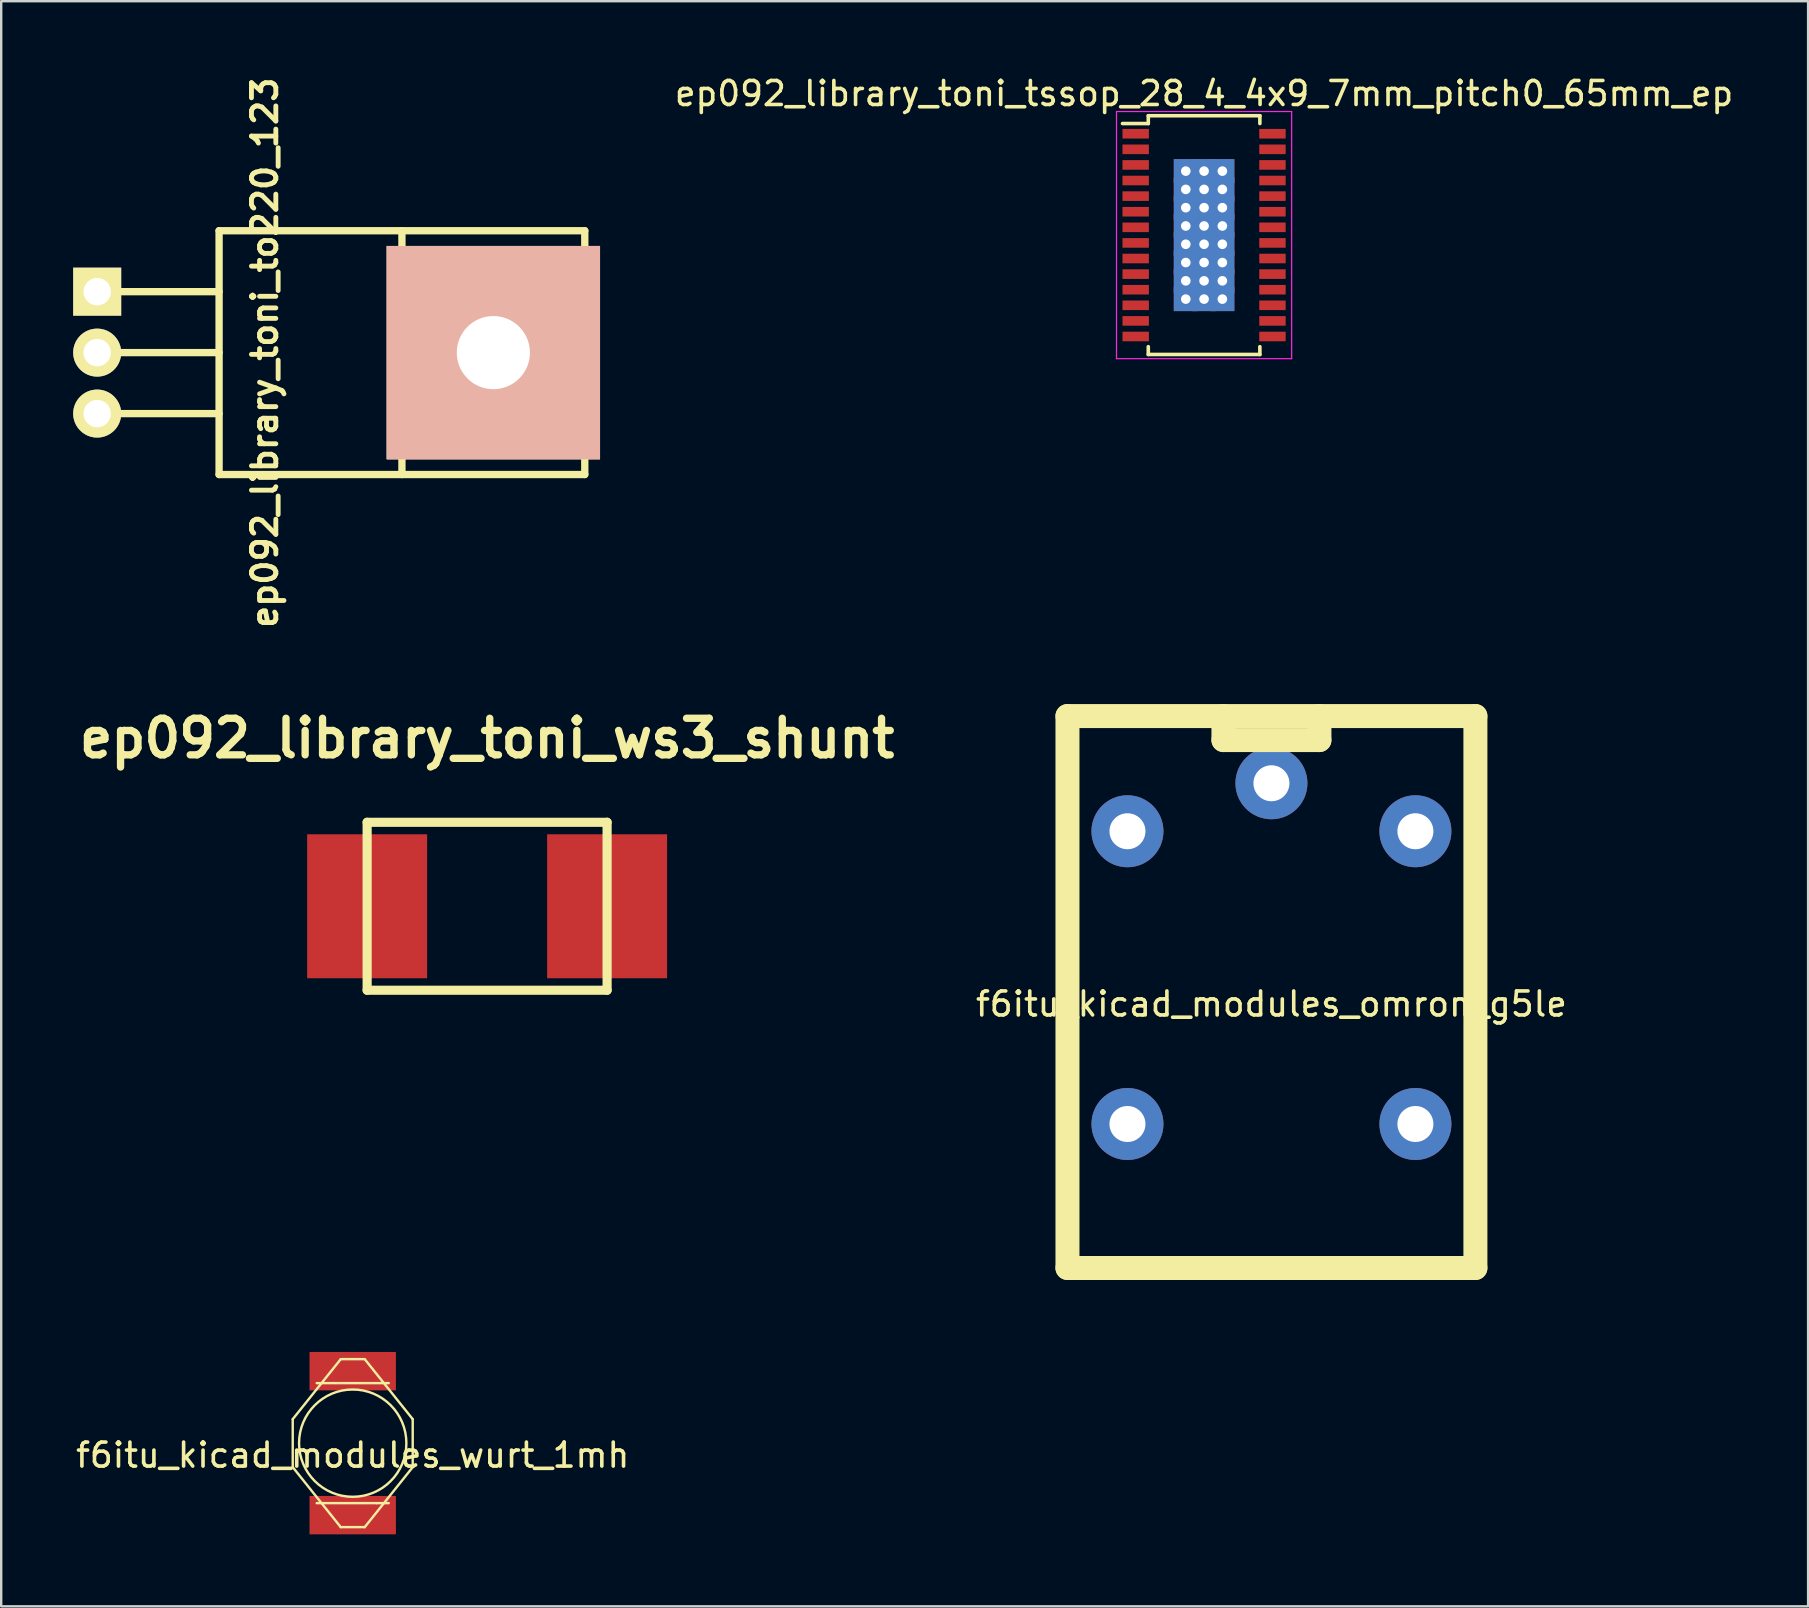
<source format=kicad_pcb>
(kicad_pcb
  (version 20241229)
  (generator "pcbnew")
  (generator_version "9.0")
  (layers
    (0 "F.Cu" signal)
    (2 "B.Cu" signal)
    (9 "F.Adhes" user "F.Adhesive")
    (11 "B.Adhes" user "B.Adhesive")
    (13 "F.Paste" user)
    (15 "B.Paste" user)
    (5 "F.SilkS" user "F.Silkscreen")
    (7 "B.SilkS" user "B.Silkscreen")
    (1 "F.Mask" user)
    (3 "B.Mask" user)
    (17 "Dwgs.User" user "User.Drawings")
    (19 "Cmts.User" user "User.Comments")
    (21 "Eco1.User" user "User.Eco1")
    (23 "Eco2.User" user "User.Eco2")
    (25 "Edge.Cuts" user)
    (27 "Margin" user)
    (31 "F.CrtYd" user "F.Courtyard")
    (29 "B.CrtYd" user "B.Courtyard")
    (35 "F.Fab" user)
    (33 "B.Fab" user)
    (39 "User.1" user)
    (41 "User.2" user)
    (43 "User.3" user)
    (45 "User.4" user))
  (footprint "ep092_library_toni_to220_123"
    (layer "F.Cu")
    (at 1 11.645)
    (property "Reference" "ep092_library_toni_to220_123" (at 6.985 0 90) (layer "F.SilkS") (effects (font (size 1.016 1.016) (thickness 0.203))))
    (attr through_hole)
    (fp_line (start 0 -2.54) (end 5.08 -2.54) (stroke (width 0.305) (type solid)) (layer "F.SilkS"))
    (fp_line (start 0 0) (end 5.08 0) (stroke (width 0.305) (type solid)) (layer "F.SilkS"))
    (fp_line (start 0 2.54) (end 5.08 2.54) (stroke (width 0.305) (type solid)) (layer "F.SilkS"))
    (fp_line (start 5.08 -5.08) (end 5.08 5.08) (stroke (width 0.305) (type solid)) (layer "F.SilkS"))
    (fp_line (start 5.08 5.08) (end 20.32 5.08) (stroke (width 0.305) (type solid)) (layer "F.SilkS"))
    (fp_line (start 12.7 3.81) (end 12.7 -5.08) (stroke (width 0.305) (type solid)) (layer "F.SilkS"))
    (fp_line (start 12.7 3.81) (end 12.7 5.08) (stroke (width 0.305) (type solid)) (layer "F.SilkS"))
    (fp_line (start 20.32 -5.08) (end 5.08 -5.08) (stroke (width 0.305) (type solid)) (layer "F.SilkS"))
    (fp_line (start 20.32 5.08) (end 20.32 -5.08) (stroke (width 0.305) (type solid)) (layer "F.SilkS"))
    (pad "1" thru_hole rect (at 0 -2.54) (size 2 2) (drill 1.143) (layers "*.Cu" "*.Mask" "F.SilkS"))
    (pad "2" thru_hole circle (at 0 0) (size 2 2) (drill 1.143) (layers "*.Cu" "*.Mask" "F.SilkS"))
    (pad "2" thru_hole rect (at 16.51 0) (size 8.89 8.89) (drill 3.048) (layers "*.Cu" "*.SilkS" "*.Mask"))
    (pad "3" thru_hole circle (at 0 2.54) (size 2 2) (drill 1.143) (layers "*.Cu" "*.Mask" "F.SilkS")))
  (footprint "ep092_library_toni_ws3_shunt"
    (layer "F.Cu")
    (at 17.25 34.717)
    (property "Reference" "ep092_library_toni_ws3_shunt" (at 0 -7 0) (layer "F.SilkS") (effects (font (size 1.524 1.524) (thickness 0.305))))
    (attr through_hole)
    (fp_line (start -5 -3.5) (end -5 3.5) (stroke (width 0.381) (type solid)) (layer "F.SilkS"))
    (fp_line (start -5 3.5) (end 5 3.5) (stroke (width 0.381) (type solid)) (layer "F.SilkS"))
    (fp_line (start 5 -3.5) (end -5 -3.5) (stroke (width 0.381) (type solid)) (layer "F.SilkS"))
    (fp_line (start 5 3.5) (end 5 -3.5) (stroke (width 0.381) (type solid)) (layer "F.SilkS"))
    (pad "1" smd rect (at 5 0) (size 5 6) (layers "F.Cu" "F.Mask" "F.Paste"))
    (pad "2" smd rect (at -5 0) (size 5 6) (layers "F.Cu" "F.Mask" "F.Paste")))
  (footprint "f6itu_kicad_modules_wurt_1mh"
    (layer "F.Cu")
    (at 11.649 57.091)
    (property "Reference" "f6itu_kicad_modules_wurt_1mh" (at 0 0.5 0) (layer "F.SilkS") (effects (font (size 1 1) (thickness 0.15))))
    (attr through_hole)
    (fp_line (start -2.5 -1) (end -0.5 -3.5) (stroke (width 0.1) (type solid)) (layer "F.SilkS"))
    (fp_line (start -2.5 1) (end -2.5 -1) (stroke (width 0.1) (type solid)) (layer "F.SilkS"))
    (fp_line (start -1.5 -2.5) (end 1.5 -2.5) (stroke (width 0.1) (type solid)) (layer "F.SilkS"))
    (fp_line (start -1.5 2.5) (end 1 2.5) (stroke (width 0.1) (type solid)) (layer "F.SilkS"))
    (fp_line (start -0.5 -3.5) (end 0.5 -3.5) (stroke (width 0.1) (type solid)) (layer "F.SilkS"))
    (fp_line (start -0.5 3.5) (end -2.5 1) (stroke (width 0.1) (type solid)) (layer "F.SilkS"))
    (fp_line (start 0.5 -3.5) (end 2.5 -1) (stroke (width 0.1) (type solid)) (layer "F.SilkS"))
    (fp_line (start 0.5 3.5) (end -0.5 3.5) (stroke (width 0.1) (type solid)) (layer "F.SilkS"))
    (fp_line (start 1 2.5) (end 1.5 2.5) (stroke (width 0.1) (type solid)) (layer "F.SilkS"))
    (fp_line (start 2.5 -1) (end 2.5 1) (stroke (width 0.1) (type solid)) (layer "F.SilkS"))
    (fp_line (start 2.5 1) (end 0.5 3.5) (stroke (width 0.1) (type solid)) (layer "F.SilkS"))
    (fp_circle (center 0 0) (end 2 -1) (stroke (width 0.1) (type solid)) (fill no) (layer "F.SilkS"))
    (pad "1" smd rect (at 0 -3) (size 3.6 1.6) (layers "F.Cu" "F.Mask" "F.Paste"))
    (pad "2" smd rect (at 0 3) (size 3.6 1.6) (layers "F.Cu" "F.Mask" "F.Paste")))
  (footprint "ep092_library_toni_tssop_28_4_4x9_7mm_pitch0_65mm_ep"
    (layer "F.Cu")
    (at 47.128 6.748)
    (property "Reference" "ep092_library_toni_tssop_28_4_4x9_7mm_pitch0_65mm_ep" (at 0 -5.9 0) (layer "F.SilkS") (effects (font (size 1 1) (thickness 0.15))))
    (attr smd)
    (fp_line (start -2.325 -4.975) (end -2.325 -4.65) (stroke (width 0.15) (type solid)) (layer "F.SilkS"))
    (fp_line (start -2.325 -4.975) (end 2.325 -4.975) (stroke (width 0.15) (type solid)) (layer "F.SilkS"))
    (fp_line (start -2.325 -4.65) (end -3.4 -4.65) (stroke (width 0.15) (type solid)) (layer "F.SilkS"))
    (fp_line (start -2.325 4.975) (end -2.325 4.65) (stroke (width 0.15) (type solid)) (layer "F.SilkS"))
    (fp_line (start -2.325 4.975) (end 2.325 4.975) (stroke (width 0.15) (type solid)) (layer "F.SilkS"))
    (fp_line (start 2.325 -4.975) (end 2.325 -4.65) (stroke (width 0.15) (type solid)) (layer "F.SilkS"))
    (fp_line (start 2.325 4.975) (end 2.325 4.65) (stroke (width 0.15) (type solid)) (layer "F.SilkS"))
    (fp_line (start -3.65 -5.15) (end -3.65 5.15) (stroke (width 0.05) (type solid)) (layer "F.CrtYd"))
    (fp_line (start -3.65 -5.15) (end 3.65 -5.15) (stroke (width 0.05) (type solid)) (layer "F.CrtYd"))
    (fp_line (start -3.65 5.15) (end 3.65 5.15) (stroke (width 0.05) (type solid)) (layer "F.CrtYd"))
    (fp_line (start 3.65 -5.15) (end 3.65 5.15) (stroke (width 0.05) (type solid)) (layer "F.CrtYd"))
    (pad "1" smd rect (at -2.85 -4.225) (size 1.1 0.4) (layers "F.Cu" "F.Mask" "F.Paste"))
    (pad "2" smd rect (at -2.85 -3.575) (size 1.1 0.4) (layers "F.Cu" "F.Mask" "F.Paste"))
    (pad "3" smd rect (at -2.85 -2.925) (size 1.1 0.4) (layers "F.Cu" "F.Mask" "F.Paste"))
    (pad "4" smd rect (at -2.85 -2.275) (size 1.1 0.4) (layers "F.Cu" "F.Mask" "F.Paste"))
    (pad "5" smd rect (at -2.85 -1.625) (size 1.1 0.4) (layers "F.Cu" "F.Mask" "F.Paste"))
    (pad "6" smd rect (at -2.85 -0.975) (size 1.1 0.4) (layers "F.Cu" "F.Mask" "F.Paste"))
    (pad "7" smd rect (at -2.85 -0.325) (size 1.1 0.4) (layers "F.Cu" "F.Mask" "F.Paste"))
    (pad "8" smd rect (at -2.85 0.325) (size 1.1 0.4) (layers "F.Cu" "F.Mask" "F.Paste"))
    (pad "9" smd rect (at -2.85 0.975) (size 1.1 0.4) (layers "F.Cu" "F.Mask" "F.Paste"))
    (pad "10" smd rect (at -2.85 1.625) (size 1.1 0.4) (layers "F.Cu" "F.Mask" "F.Paste"))
    (pad "11" smd rect (at -2.85 2.275) (size 1.1 0.4) (layers "F.Cu" "F.Mask" "F.Paste"))
    (pad "12" smd rect (at -2.85 2.925) (size 1.1 0.4) (layers "F.Cu" "F.Mask" "F.Paste"))
    (pad "13" smd rect (at -2.85 3.575) (size 1.1 0.4) (layers "F.Cu" "F.Mask" "F.Paste"))
    (pad "14" smd rect (at -2.85 4.225) (size 1.1 0.4) (layers "F.Cu" "F.Mask" "F.Paste"))
    (pad "15" smd rect (at 2.85 4.225) (size 1.1 0.4) (layers "F.Cu" "F.Mask" "F.Paste"))
    (pad "16" smd rect (at 2.85 3.575) (size 1.1 0.4) (layers "F.Cu" "F.Mask" "F.Paste"))
    (pad "17" smd rect (at 2.85 2.925) (size 1.1 0.4) (layers "F.Cu" "F.Mask" "F.Paste"))
    (pad "18" smd rect (at 2.85 2.275) (size 1.1 0.4) (layers "F.Cu" "F.Mask" "F.Paste"))
    (pad "19" smd rect (at 2.85 1.625) (size 1.1 0.4) (layers "F.Cu" "F.Mask" "F.Paste"))
    (pad "20" smd rect (at 2.85 0.975) (size 1.1 0.4) (layers "F.Cu" "F.Mask" "F.Paste"))
    (pad "21" smd rect (at 2.85 0.325) (size 1.1 0.4) (layers "F.Cu" "F.Mask" "F.Paste"))
    (pad "22" smd rect (at 2.85 -0.325) (size 1.1 0.4) (layers "F.Cu" "F.Mask" "F.Paste"))
    (pad "23" smd rect (at 2.85 -0.975) (size 1.1 0.4) (layers "F.Cu" "F.Mask" "F.Paste"))
    (pad "24" smd rect (at 2.85 -1.625) (size 1.1 0.4) (layers "F.Cu" "F.Mask" "F.Paste"))
    (pad "25" smd rect (at 2.85 -2.275) (size 1.1 0.4) (layers "F.Cu" "F.Mask" "F.Paste"))
    (pad "26" smd rect (at 2.85 -2.925) (size 1.1 0.4) (layers "F.Cu" "F.Mask" "F.Paste"))
    (pad "27" smd rect (at 2.85 -3.575) (size 1.1 0.4) (layers "F.Cu" "F.Mask" "F.Paste"))
    (pad "28" smd rect (at 2.85 -4.225) (size 1.1 0.4) (layers "F.Cu" "F.Mask" "F.Paste"))
    (pad "29" thru_hole rect (at -0.762 -2.667) (size 1 1) (drill 0.4) (layers "*.Cu" "F.Mask"))
    (pad "29" thru_hole rect (at -0.762 -1.905) (size 1 1) (drill 0.4) (layers "*.Cu" "F.Mask"))
    (pad "29" thru_hole rect (at -0.762 -1.143) (size 1 1) (drill 0.4) (layers "*.Cu" "F.Mask"))
    (pad "29" thru_hole rect (at -0.762 -0.381) (size 1 1) (drill 0.4) (layers "*.Cu" "F.Mask"))
    (pad "29" thru_hole rect (at -0.762 0.381) (size 1 1) (drill 0.4) (layers "*.Cu" "F.Mask"))
    (pad "29" thru_hole rect (at -0.762 1.143) (size 1 1) (drill 0.4) (layers "*.Cu" "F.Mask"))
    (pad "29" thru_hole rect (at -0.762 1.905) (size 1 1) (drill 0.4) (layers "*.Cu" "F.Mask"))
    (pad "29" thru_hole rect (at -0.762 2.667) (size 1 1) (drill 0.4) (layers "*.Cu" "F.Mask"))
    (pad "29" thru_hole rect (at 0 -2.667) (size 1 1) (drill 0.4) (layers "*.Cu" "F.Mask"))
    (pad "29" thru_hole rect (at 0 -1.905) (size 1 1) (drill 0.4) (layers "*.Cu" "F.Mask"))
    (pad "29" thru_hole rect (at 0 -1.143) (size 1 1) (drill 0.4) (layers "*.Cu" "F.Mask"))
    (pad "29" thru_hole rect (at 0 -0.381) (size 1 1) (drill 0.4) (layers "*.Cu" "F.Mask"))
    (pad "29" thru_hole rect (at 0 0.381) (size 1 1) (drill 0.4) (layers "*.Cu" "F.Mask"))
    (pad "29" thru_hole rect (at 0 1.143) (size 1 1) (drill 0.4) (layers "*.Cu" "F.Mask"))
    (pad "29" thru_hole rect (at 0 1.905) (size 1 1) (drill 0.4) (layers "*.Cu" "F.Mask"))
    (pad "29" thru_hole rect (at 0 2.667) (size 1 1) (drill 0.4) (layers "*.Cu" "F.Mask"))
    (pad "29" thru_hole rect (at 0.762 -2.667) (size 1 1) (drill 0.4) (layers "*.Cu" "F.Mask"))
    (pad "29" thru_hole rect (at 0.762 -1.905) (size 1 1) (drill 0.4) (layers "*.Cu" "F.Mask"))
    (pad "29" thru_hole rect (at 0.762 -1.143) (size 1 1) (drill 0.4) (layers "*.Cu" "F.Mask"))
    (pad "29" thru_hole rect (at 0.762 -0.381) (size 1 1) (drill 0.4) (layers "*.Cu" "F.Mask"))
    (pad "29" thru_hole rect (at 0.762 0.381) (size 1 1) (drill 0.4) (layers "*.Cu" "F.Mask"))
    (pad "29" thru_hole rect (at 0.762 1.143) (size 1 1) (drill 0.4) (layers "*.Cu" "F.Mask"))
    (pad "29" thru_hole rect (at 0.762 1.905) (size 1 1) (drill 0.4) (layers "*.Cu" "F.Mask"))
    (pad "29" thru_hole rect (at 0.762 2.667) (size 1 1) (drill 0.4) (layers "*.Cu" "F.Mask")))
  (footprint "f6itu_kicad_modules_omron_g5le"
    (layer "F.Cu")
    (at 49.935 38.291)
    (property "Reference" "f6itu_kicad_modules_omron_g5le" (at 0 0.5 0) (layer "F.SilkS") (effects (font (size 1 1) (thickness 0.15))))
    (attr through_hole)
    (fp_line (start -8.5 -11.5) (end -8.5 11.5) (stroke (width 1) (type solid)) (layer "F.SilkS"))
    (fp_line (start -8.5 11.5) (end 8.5 11.5) (stroke (width 1) (type solid)) (layer "F.SilkS"))
    (fp_line (start -2 -10.5) (end -2 -11.5) (stroke (width 1) (type solid)) (layer "F.SilkS"))
    (fp_line (start 2 -10.5) (end -2 -10.5) (stroke (width 1) (type solid)) (layer "F.SilkS"))
    (fp_line (start 2 -10.5) (end 2 -11.5) (stroke (width 1) (type solid)) (layer "F.SilkS"))
    (fp_line (start 8.5 -11.5) (end -8.5 -11.5) (stroke (width 1) (type solid)) (layer "F.SilkS"))
    (fp_line (start 8.5 11.5) (end 8.5 -11.5) (stroke (width 1) (type solid)) (layer "F.SilkS"))
    (pad "1" thru_hole circle (at 0 -8.7) (size 3 3) (drill 1.5) (layers "*.Cu" "*.Mask"))
    (pad "2" thru_hole circle (at 6 -6.7) (size 3 3) (drill 1.5) (layers "*.Cu" "*.Mask"))
    (pad "3" thru_hole circle (at 6 5.5) (size 3 3) (drill 1.5) (layers "*.Cu" "*.Mask"))
    (pad "4" thru_hole circle (at -6 5.5) (size 3 3) (drill 1.5) (layers "*.Cu" "*.Mask"))
    (pad "5" thru_hole circle (at -6 -6.7) (size 3 3) (drill 1.5) (layers "*.Cu" "*.Mask")))
  (gr_rect
    (start -3 -3)
    (end 72.3 63.891)
    (stroke (width 0.1) (type default))
    (fill no)
    (layer "Edge.Cuts")))
</source>
